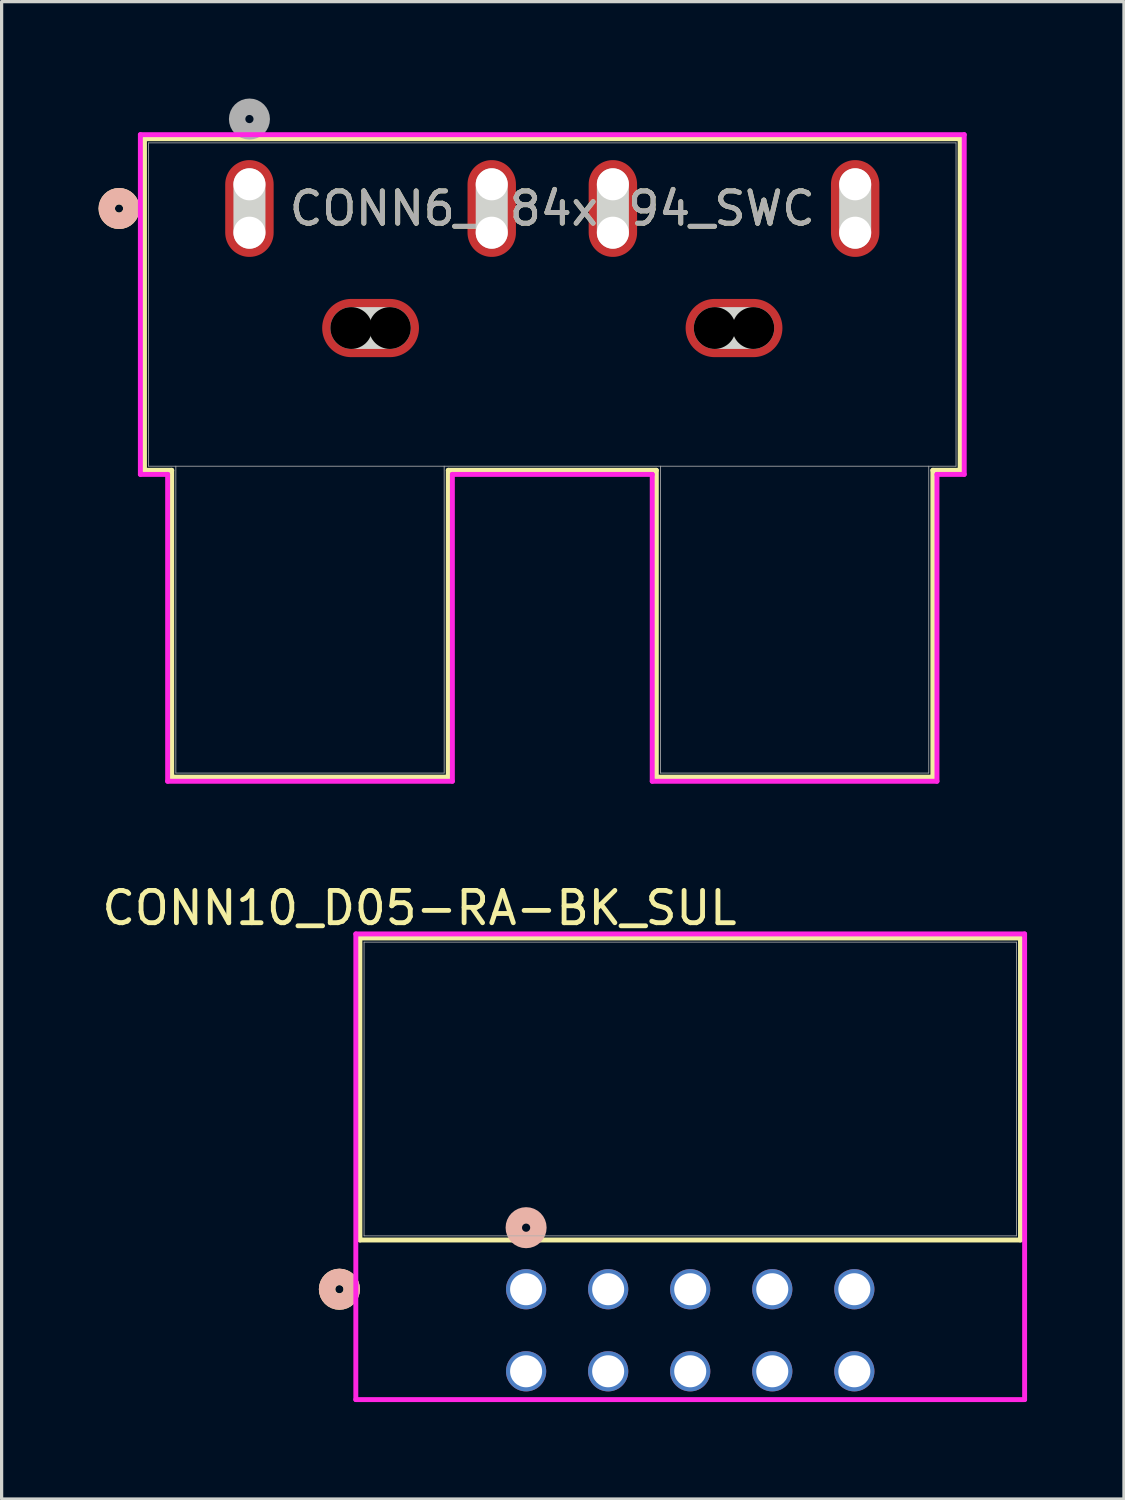
<source format=kicad_pcb>
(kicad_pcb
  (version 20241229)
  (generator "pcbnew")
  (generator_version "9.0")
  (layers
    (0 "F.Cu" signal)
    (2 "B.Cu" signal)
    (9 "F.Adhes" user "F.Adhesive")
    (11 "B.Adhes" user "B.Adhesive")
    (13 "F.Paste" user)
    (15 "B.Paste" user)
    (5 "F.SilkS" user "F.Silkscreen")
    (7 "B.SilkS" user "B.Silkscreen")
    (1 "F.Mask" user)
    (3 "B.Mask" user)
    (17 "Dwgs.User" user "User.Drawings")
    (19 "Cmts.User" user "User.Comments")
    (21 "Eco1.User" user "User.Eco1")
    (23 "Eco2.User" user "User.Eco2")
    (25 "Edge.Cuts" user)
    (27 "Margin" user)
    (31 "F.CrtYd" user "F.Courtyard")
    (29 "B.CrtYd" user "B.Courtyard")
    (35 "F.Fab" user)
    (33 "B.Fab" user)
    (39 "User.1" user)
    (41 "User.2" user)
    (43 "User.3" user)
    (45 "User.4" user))
  (footprint "CONN6_984x394_SWC"
    (layer "F.Cu")
    (at 4.671 3.404)
    (property "Reference" "CONN6_984x394_SWC" (at 9.375 0 0) (unlocked yes) (layer "F.SilkS") (effects (font (size 1 1) (thickness 0.15))))
    (attr smd)
    (fp_line (start -3.249 -2.159) (end 21.999 -2.159) (stroke (width 0.152) (type solid)) (layer "F.SilkS"))
    (fp_line (start -3.249 8.103) (end -3.249 -2.159) (stroke (width 0.152) (type solid)) (layer "F.SilkS"))
    (fp_line (start -2.405 8.103) (end -3.249 8.103) (stroke (width 0.152) (type solid)) (layer "F.SilkS"))
    (fp_line (start -2.405 17.602) (end -2.405 8.103) (stroke (width 0.152) (type solid)) (layer "F.SilkS"))
    (fp_line (start 6.155 8.103) (end 6.155 17.602) (stroke (width 0.152) (type solid)) (layer "F.SilkS"))
    (fp_line (start 6.155 17.602) (end -2.405 17.602) (stroke (width 0.152) (type solid)) (layer "F.SilkS"))
    (fp_line (start 12.595 8.103) (end 6.155 8.103) (stroke (width 0.152) (type solid)) (layer "F.SilkS"))
    (fp_line (start 12.595 17.602) (end 12.595 8.103) (stroke (width 0.152) (type solid)) (layer "F.SilkS"))
    (fp_line (start 21.155 8.103) (end 21.155 17.602) (stroke (width 0.152) (type solid)) (layer "F.SilkS"))
    (fp_line (start 21.155 17.602) (end 12.595 17.602) (stroke (width 0.152) (type solid)) (layer "F.SilkS"))
    (fp_line (start 21.999 -2.159) (end 21.999 8.103) (stroke (width 0.152) (type solid)) (layer "F.SilkS"))
    (fp_line (start 21.999 8.103) (end 21.155 8.103) (stroke (width 0.152) (type solid)) (layer "F.SilkS"))
    (fp_circle (center -4.036 0) (end -3.655 0) (stroke (width 0.508) (type solid)) (fill no) (layer "F.SilkS"))
    (fp_circle (center -4.036 0) (end -3.655 0) (stroke (width 0.508) (type solid)) (fill no) (layer "B.SilkS"))
    (fp_line (start 0 0.749) (end 0 -0.749) (stroke (width 0.991) (type solid)) (layer "Edge.Cuts"))
    (fp_line (start 3.153 3.7) (end 4.347 3.7) (stroke (width 1.295) (type solid)) (layer "Edge.Cuts"))
    (fp_line (start 7.5 0.749) (end 7.5 -0.749) (stroke (width 0.991) (type solid)) (layer "Edge.Cuts"))
    (fp_line (start 11.25 0.749) (end 11.25 -0.749) (stroke (width 0.991) (type solid)) (layer "Edge.Cuts"))
    (fp_line (start 14.403 3.7) (end 15.597 3.7) (stroke (width 1.295) (type solid)) (layer "Edge.Cuts"))
    (fp_line (start 18.75 0.749) (end 18.75 -0.749) (stroke (width 0.991) (type solid)) (layer "Edge.Cuts"))
    (fp_line (start -3.376 -2.286) (end -3.376 8.23) (stroke (width 0.152) (type solid)) (layer "F.CrtYd"))
    (fp_line (start -3.376 8.23) (end -2.532 8.23) (stroke (width 0.152) (type solid)) (layer "F.CrtYd"))
    (fp_line (start -2.532 8.23) (end -2.532 17.729) (stroke (width 0.152) (type solid)) (layer "F.CrtYd"))
    (fp_line (start -2.532 17.729) (end 6.282 17.729) (stroke (width 0.152) (type solid)) (layer "F.CrtYd"))
    (fp_line (start 6.282 8.23) (end 12.468 8.23) (stroke (width 0.152) (type solid)) (layer "F.CrtYd"))
    (fp_line (start 6.282 17.729) (end 6.282 8.23) (stroke (width 0.152) (type solid)) (layer "F.CrtYd"))
    (fp_line (start 12.468 8.23) (end 12.468 17.729) (stroke (width 0.152) (type solid)) (layer "F.CrtYd"))
    (fp_line (start 12.468 17.729) (end 21.282 17.729) (stroke (width 0.152) (type solid)) (layer "F.CrtYd"))
    (fp_line (start 21.282 8.23) (end 22.126 8.23) (stroke (width 0.152) (type solid)) (layer "F.CrtYd"))
    (fp_line (start 21.282 17.729) (end 21.282 8.23) (stroke (width 0.152) (type solid)) (layer "F.CrtYd"))
    (fp_line (start 22.126 -2.286) (end -3.376 -2.286) (stroke (width 0.152) (type solid)) (layer "F.CrtYd"))
    (fp_line (start 22.126 8.23) (end 22.126 -2.286) (stroke (width 0.152) (type solid)) (layer "F.CrtYd"))
    (fp_line (start -3.122 -2.032) (end -3.122 7.976) (stroke (width 0.025) (type solid)) (layer "F.Fab"))
    (fp_line (start -3.122 7.976) (end 21.872 7.976) (stroke (width 0.025) (type solid)) (layer "F.Fab"))
    (fp_line (start -2.278 7.976) (end -2.278 17.475) (stroke (width 0.025) (type solid)) (layer "F.Fab"))
    (fp_line (start -2.278 17.475) (end 6.028 17.475) (stroke (width 0.025) (type solid)) (layer "F.Fab"))
    (fp_line (start 6.028 7.976) (end 6.028 17.475) (stroke (width 0.025) (type solid)) (layer "F.Fab"))
    (fp_line (start 12.722 7.976) (end 12.722 17.475) (stroke (width 0.025) (type solid)) (layer "F.Fab"))
    (fp_line (start 12.722 17.475) (end 21.028 17.475) (stroke (width 0.025) (type solid)) (layer "F.Fab"))
    (fp_line (start 21.028 7.976) (end 21.028 17.475) (stroke (width 0.025) (type solid)) (layer "F.Fab"))
    (fp_line (start 21.872 -2.032) (end -3.122 -2.032) (stroke (width 0.025) (type solid)) (layer "F.Fab"))
    (fp_line (start 21.872 7.976) (end 21.872 -2.032) (stroke (width 0.025) (type solid)) (layer "F.Fab"))
    (fp_circle (center 0 -2.769) (end 0.381 -2.769) (stroke (width 0.508) (type solid)) (fill no) (layer "F.Fab"))
    (fp_text user "${REFERENCE}" (at 9.375 0 0) (unlocked yes) (layer "F.Fab") (effects (font (size 1 1) (thickness 0.15))))
    (pad "" np_thru_hole circle (at 0 -0.749) (size 0.991 0.991) (drill 0.991) (layers "*.Cu" "*.Mask"))
    (pad "" np_thru_hole circle (at 0 0.749) (size 0.991 0.991) (drill 0.991) (layers "*.Cu" "*.Mask"))
    (pad "" np_thru_hole circle (at 3.153 3.7) (size 1.295 1.295) (drill 1.295) (layers))
    (pad "" np_thru_hole circle (at 4.347 3.7) (size 1.295 1.295) (drill 1.295) (layers))
    (pad "" np_thru_hole circle (at 7.5 -0.749) (size 0.991 0.991) (drill 0.991) (layers "*.Cu" "*.Mask"))
    (pad "" np_thru_hole circle (at 7.5 0.749) (size 0.991 0.991) (drill 0.991) (layers "*.Cu" "*.Mask"))
    (pad "" np_thru_hole circle (at 11.25 -0.749) (size 0.991 0.991) (drill 0.991) (layers "*.Cu" "*.Mask"))
    (pad "" np_thru_hole circle (at 11.25 0.749) (size 0.991 0.991) (drill 0.991) (layers "*.Cu" "*.Mask"))
    (pad "" np_thru_hole circle (at 14.403 3.7) (size 1.295 1.295) (drill 1.295) (layers))
    (pad "" np_thru_hole circle (at 15.597 3.7) (size 1.295 1.295) (drill 1.295) (layers))
    (pad "" np_thru_hole circle (at 18.75 -0.749) (size 0.991 0.991) (drill 0.991) (layers "*.Cu" "*.Mask"))
    (pad "" np_thru_hole circle (at 18.75 0.749) (size 0.991 0.991) (drill 0.991) (layers "*.Cu" "*.Mask"))
    (pad "1" smd oval (at 0 0) (size 1.499 2.997) (layers "F.Cu" "F.Mask" "F.Paste"))
    (pad "2" smd oval (at 3.75 3.7) (size 2.997 1.803) (layers "F.Cu" "F.Mask" "F.Paste"))
    (pad "3" smd oval (at 7.5 0) (size 1.499 2.997) (layers "F.Cu" "F.Mask" "F.Paste"))
    (pad "4" smd oval (at 11.25 0) (size 1.499 2.997) (layers "F.Cu" "F.Mask" "F.Paste"))
    (pad "5" smd oval (at 15 3.7) (size 2.997 1.803) (layers "F.Cu" "F.Mask" "F.Paste"))
    (pad "6" smd oval (at 18.75 0) (size 1.499 2.997) (layers "F.Cu" "F.Mask" "F.Paste")))
  (footprint "CONN10_D05-RA-BK_SUL"
    (layer "F.Cu")
    (at 13.235 36.857)
    (property "Reference" "CONN10_D05-RA-BK_SUL" (at -3.3 -11.8 0) (unlocked yes) (layer "F.SilkS") (effects (font (size 1 1) (thickness 0.15))))
    (attr through_hole)
    (fp_line (start -5.144 -10.871) (end -5.144 -1.524) (stroke (width 0.152) (type solid)) (layer "F.SilkS"))
    (fp_line (start -5.144 -1.524) (end 15.303 -1.524) (stroke (width 0.152) (type solid)) (layer "F.SilkS"))
    (fp_line (start 15.303 -10.871) (end -5.144 -10.871) (stroke (width 0.152) (type solid)) (layer "F.SilkS"))
    (fp_line (start 15.303 -1.524) (end 15.303 -10.871) (stroke (width 0.152) (type solid)) (layer "F.SilkS"))
    (fp_circle (center -5.779 0) (end -5.397 0) (stroke (width 0.508) (type solid)) (fill no) (layer "F.SilkS"))
    (fp_circle (center -5.779 0) (end -5.397 0) (stroke (width 0.508) (type solid)) (fill no) (layer "B.SilkS"))
    (fp_circle (center 0 -1.905) (end 0.381 -1.905) (stroke (width 0.508) (type solid)) (fill no) (layer "B.SilkS"))
    (fp_line (start -5.271 -10.998) (end -5.271 3.416) (stroke (width 0.152) (type solid)) (layer "F.CrtYd"))
    (fp_line (start -5.271 3.416) (end 15.431 3.416) (stroke (width 0.152) (type solid)) (layer "F.CrtYd"))
    (fp_line (start 15.431 -10.998) (end -5.271 -10.998) (stroke (width 0.152) (type solid)) (layer "F.CrtYd"))
    (fp_line (start 15.431 3.416) (end 15.431 -10.998) (stroke (width 0.152) (type solid)) (layer "F.CrtYd"))
    (fp_line (start -5.016 -10.744) (end -5.016 -1.651) (stroke (width 0.025) (type solid)) (layer "F.Fab"))
    (fp_line (start -5.016 -1.651) (end 15.177 -1.651) (stroke (width 0.025) (type solid)) (layer "F.Fab"))
    (fp_line (start 15.177 -10.744) (end -5.016 -10.744) (stroke (width 0.025) (type solid)) (layer "F.Fab"))
    (fp_line (start 15.177 -1.651) (end 15.177 -10.744) (stroke (width 0.025) (type solid)) (layer "F.Fab"))
    (pad "1" thru_hole circle (at 0 0) (size 1.245 1.245) (drill 0.991) (layers "*.Cu" "*.Mask"))
    (pad "2" thru_hole circle (at 0 2.54) (size 1.245 1.245) (drill 0.991) (layers "*.Cu" "*.Mask"))
    (pad "3" thru_hole circle (at 2.54 0) (size 1.245 1.245) (drill 0.991) (layers "*.Cu" "*.Mask"))
    (pad "4" thru_hole circle (at 2.54 2.54) (size 1.245 1.245) (drill 0.991) (layers "*.Cu" "*.Mask"))
    (pad "5" thru_hole circle (at 5.08 0) (size 1.245 1.245) (drill 0.991) (layers "*.Cu" "*.Mask"))
    (pad "6" thru_hole circle (at 5.08 2.54) (size 1.245 1.245) (drill 0.991) (layers "*.Cu" "*.Mask"))
    (pad "7" thru_hole circle (at 7.62 0) (size 1.245 1.245) (drill 0.991) (layers "*.Cu" "*.Mask"))
    (pad "8" thru_hole circle (at 7.62 2.54) (size 1.245 1.245) (drill 0.991) (layers "*.Cu" "*.Mask"))
    (pad "9" thru_hole circle (at 10.16 0) (size 1.245 1.245) (drill 0.991) (layers "*.Cu" "*.Mask"))
    (pad "10" thru_hole circle (at 10.16 2.54) (size 1.245 1.245) (drill 0.991) (layers "*.Cu" "*.Mask")))
  (gr_rect
    (start -3 -3)
    (end 31.741 43.35)
    (stroke (width 0.1) (type default))
    (fill no)
    (layer "Edge.Cuts")))
</source>
